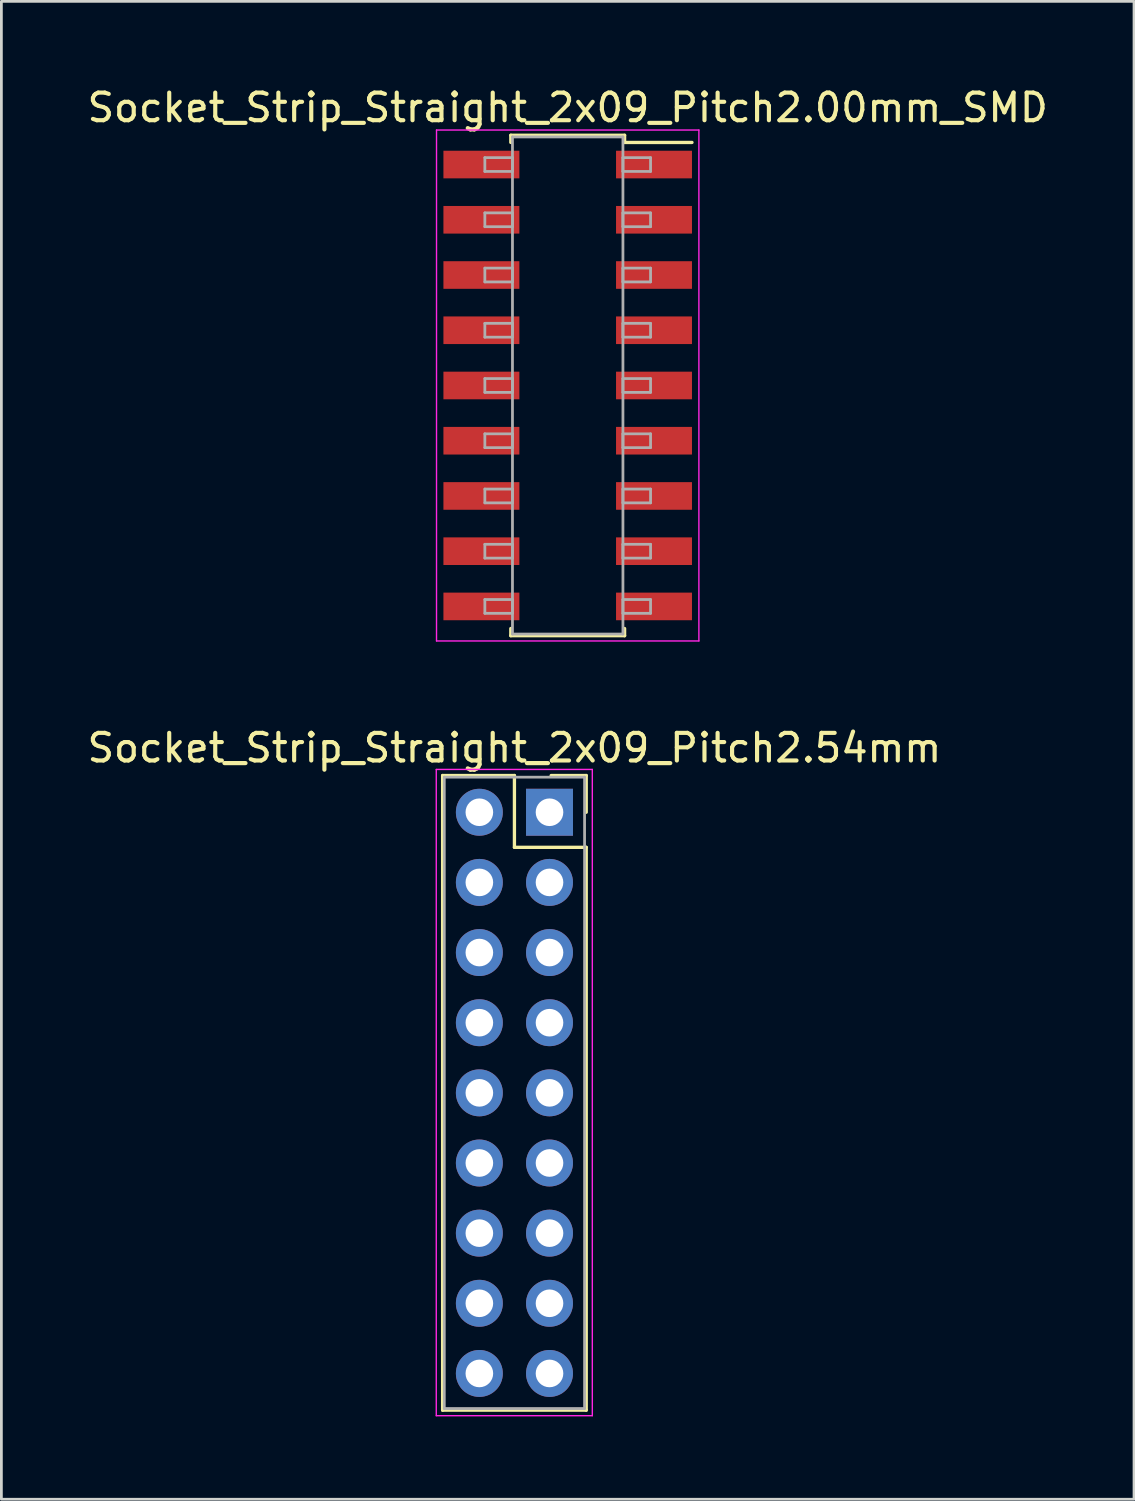
<source format=kicad_pcb>
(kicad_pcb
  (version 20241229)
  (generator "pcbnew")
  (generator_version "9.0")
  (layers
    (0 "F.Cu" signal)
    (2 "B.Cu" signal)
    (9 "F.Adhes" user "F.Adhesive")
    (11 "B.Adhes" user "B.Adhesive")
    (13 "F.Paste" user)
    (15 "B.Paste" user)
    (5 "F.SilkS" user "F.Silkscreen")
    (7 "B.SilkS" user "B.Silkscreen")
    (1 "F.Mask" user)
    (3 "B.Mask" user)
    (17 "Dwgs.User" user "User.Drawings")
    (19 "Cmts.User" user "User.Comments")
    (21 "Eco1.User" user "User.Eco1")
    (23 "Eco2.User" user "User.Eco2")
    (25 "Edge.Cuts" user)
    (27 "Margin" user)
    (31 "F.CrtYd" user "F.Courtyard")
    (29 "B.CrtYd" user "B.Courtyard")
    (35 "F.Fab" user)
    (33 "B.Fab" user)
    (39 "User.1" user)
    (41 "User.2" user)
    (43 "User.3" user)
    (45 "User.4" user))
  (footprint "Socket_Strip_Straight_2x09_Pitch2.54mm"
    (layer "F.Cu")
    (at 16.847 26.361)
    (property "Reference" "Socket_Strip_Straight_2x09_Pitch2.54mm" (at -1.27 -2.33 0) (layer "F.SilkS") (effects (font (size 1 1) (thickness 0.15))))
    (attr through_hole)
    (fp_line (start -3.87 -1.33) (end -1.27 -1.33) (stroke (width 0.12) (type solid)) (layer "F.SilkS"))
    (fp_line (start -3.87 21.65) (end -3.87 -1.33) (stroke (width 0.12) (type solid)) (layer "F.SilkS"))
    (fp_line (start -1.27 -1.33) (end -1.27 1.27) (stroke (width 0.12) (type solid)) (layer "F.SilkS"))
    (fp_line (start -1.27 1.27) (end 1.33 1.27) (stroke (width 0.12) (type solid)) (layer "F.SilkS"))
    (fp_line (start 1.33 -1.33) (end 0.06 -1.33) (stroke (width 0.12) (type solid)) (layer "F.SilkS"))
    (fp_line (start 1.33 0) (end 1.33 -1.33) (stroke (width 0.12) (type solid)) (layer "F.SilkS"))
    (fp_line (start 1.33 1.27) (end 1.33 21.65) (stroke (width 0.12) (type solid)) (layer "F.SilkS"))
    (fp_line (start 1.33 21.65) (end -3.87 21.65) (stroke (width 0.12) (type solid)) (layer "F.SilkS"))
    (fp_line (start -4.1 -1.55) (end -4.1 21.85) (stroke (width 0.05) (type solid)) (layer "F.CrtYd"))
    (fp_line (start -4.1 21.85) (end 1.55 21.85) (stroke (width 0.05) (type solid)) (layer "F.CrtYd"))
    (fp_line (start 1.55 -1.55) (end -4.1 -1.55) (stroke (width 0.05) (type solid)) (layer "F.CrtYd"))
    (fp_line (start 1.55 21.85) (end 1.55 -1.55) (stroke (width 0.05) (type solid)) (layer "F.CrtYd"))
    (fp_line (start -3.81 -1.27) (end -3.81 21.59) (stroke (width 0.1) (type solid)) (layer "F.Fab"))
    (fp_line (start -3.81 21.59) (end 1.27 21.59) (stroke (width 0.1) (type solid)) (layer "F.Fab"))
    (fp_line (start 1.27 -1.27) (end -3.81 -1.27) (stroke (width 0.1) (type solid)) (layer "F.Fab"))
    (fp_line (start 1.27 21.59) (end 1.27 -1.27) (stroke (width 0.1) (type solid)) (layer "F.Fab"))
    (pad "1" thru_hole rect (at 0 0) (size 1.7 1.7) (drill 1) (layers "*.Cu" "*.Mask"))
    (pad "2" thru_hole oval (at -2.54 0) (size 1.7 1.7) (drill 1) (layers "*.Cu" "*.Mask"))
    (pad "3" thru_hole oval (at 0 2.54) (size 1.7 1.7) (drill 1) (layers "*.Cu" "*.Mask"))
    (pad "4" thru_hole oval (at -2.54 2.54) (size 1.7 1.7) (drill 1) (layers "*.Cu" "*.Mask"))
    (pad "5" thru_hole oval (at 0 5.08) (size 1.7 1.7) (drill 1) (layers "*.Cu" "*.Mask"))
    (pad "6" thru_hole oval (at -2.54 5.08) (size 1.7 1.7) (drill 1) (layers "*.Cu" "*.Mask"))
    (pad "7" thru_hole oval (at 0 7.62) (size 1.7 1.7) (drill 1) (layers "*.Cu" "*.Mask"))
    (pad "8" thru_hole oval (at -2.54 7.62) (size 1.7 1.7) (drill 1) (layers "*.Cu" "*.Mask"))
    (pad "9" thru_hole oval (at 0 10.16) (size 1.7 1.7) (drill 1) (layers "*.Cu" "*.Mask"))
    (pad "10" thru_hole oval (at -2.54 10.16) (size 1.7 1.7) (drill 1) (layers "*.Cu" "*.Mask"))
    (pad "11" thru_hole oval (at 0 12.7) (size 1.7 1.7) (drill 1) (layers "*.Cu" "*.Mask"))
    (pad "12" thru_hole oval (at -2.54 12.7) (size 1.7 1.7) (drill 1) (layers "*.Cu" "*.Mask"))
    (pad "13" thru_hole oval (at 0 15.24) (size 1.7 1.7) (drill 1) (layers "*.Cu" "*.Mask"))
    (pad "14" thru_hole oval (at -2.54 15.24) (size 1.7 1.7) (drill 1) (layers "*.Cu" "*.Mask"))
    (pad "15" thru_hole oval (at 0 17.78) (size 1.7 1.7) (drill 1) (layers "*.Cu" "*.Mask"))
    (pad "16" thru_hole oval (at -2.54 17.78) (size 1.7 1.7) (drill 1) (layers "*.Cu" "*.Mask"))
    (pad "17" thru_hole oval (at 0 20.32) (size 1.7 1.7) (drill 1) (layers "*.Cu" "*.Mask"))
    (pad "18" thru_hole oval (at -2.54 20.32) (size 1.7 1.7) (drill 1) (layers "*.Cu" "*.Mask")))
  (footprint "Socket_Strip_Straight_2x09_Pitch2.00mm_SMD"
    (layer "F.Cu")
    (at 17.506 10.908)
    (property "Reference" "Socket_Strip_Straight_2x09_Pitch2.00mm_SMD" (at 0 -10.06 0) (layer "F.SilkS") (effects (font (size 1 1) (thickness 0.15))))
    (attr smd)
    (fp_line (start -2.06 -9.06) (end 2.06 -9.06) (stroke (width 0.12) (type solid)) (layer "F.SilkS"))
    (fp_line (start -2.06 -8.8) (end -2.06 -9.06) (stroke (width 0.12) (type solid)) (layer "F.SilkS"))
    (fp_line (start -2.06 8.8) (end -2.06 9.06) (stroke (width 0.12) (type solid)) (layer "F.SilkS"))
    (fp_line (start -2.06 9.06) (end 2.06 9.06) (stroke (width 0.12) (type solid)) (layer "F.SilkS"))
    (fp_line (start 2.06 -9.06) (end 2.06 -8.8) (stroke (width 0.12) (type solid)) (layer "F.SilkS"))
    (fp_line (start 2.06 9.06) (end 2.06 8.8) (stroke (width 0.12) (type solid)) (layer "F.SilkS"))
    (fp_line (start 4.5 -8.8) (end 2.06 -8.8) (stroke (width 0.12) (type solid)) (layer "F.SilkS"))
    (fp_line (start -4.75 -9.25) (end -4.75 9.25) (stroke (width 0.05) (type solid)) (layer "F.CrtYd"))
    (fp_line (start -4.75 9.25) (end 4.75 9.25) (stroke (width 0.05) (type solid)) (layer "F.CrtYd"))
    (fp_line (start 4.75 -9.25) (end -4.75 -9.25) (stroke (width 0.05) (type solid)) (layer "F.CrtYd"))
    (fp_line (start 4.75 9.25) (end 4.75 -9.25) (stroke (width 0.05) (type solid)) (layer "F.CrtYd"))
    (fp_line (start -3 -8.25) (end -2 -8.25) (stroke (width 0.1) (type solid)) (layer "F.Fab"))
    (fp_line (start -3 -7.75) (end -3 -8.25) (stroke (width 0.1) (type solid)) (layer "F.Fab"))
    (fp_line (start -3 -6.25) (end -2 -6.25) (stroke (width 0.1) (type solid)) (layer "F.Fab"))
    (fp_line (start -3 -5.75) (end -3 -6.25) (stroke (width 0.1) (type solid)) (layer "F.Fab"))
    (fp_line (start -3 -4.25) (end -2 -4.25) (stroke (width 0.1) (type solid)) (layer "F.Fab"))
    (fp_line (start -3 -3.75) (end -3 -4.25) (stroke (width 0.1) (type solid)) (layer "F.Fab"))
    (fp_line (start -3 -2.25) (end -2 -2.25) (stroke (width 0.1) (type solid)) (layer "F.Fab"))
    (fp_line (start -3 -1.75) (end -3 -2.25) (stroke (width 0.1) (type solid)) (layer "F.Fab"))
    (fp_line (start -3 -0.25) (end -2 -0.25) (stroke (width 0.1) (type solid)) (layer "F.Fab"))
    (fp_line (start -3 0.25) (end -3 -0.25) (stroke (width 0.1) (type solid)) (layer "F.Fab"))
    (fp_line (start -3 1.75) (end -2 1.75) (stroke (width 0.1) (type solid)) (layer "F.Fab"))
    (fp_line (start -3 2.25) (end -3 1.75) (stroke (width 0.1) (type solid)) (layer "F.Fab"))
    (fp_line (start -3 3.75) (end -2 3.75) (stroke (width 0.1) (type solid)) (layer "F.Fab"))
    (fp_line (start -3 4.25) (end -3 3.75) (stroke (width 0.1) (type solid)) (layer "F.Fab"))
    (fp_line (start -3 5.75) (end -2 5.75) (stroke (width 0.1) (type solid)) (layer "F.Fab"))
    (fp_line (start -3 6.25) (end -3 5.75) (stroke (width 0.1) (type solid)) (layer "F.Fab"))
    (fp_line (start -3 7.75) (end -2 7.75) (stroke (width 0.1) (type solid)) (layer "F.Fab"))
    (fp_line (start -3 8.25) (end -3 7.75) (stroke (width 0.1) (type solid)) (layer "F.Fab"))
    (fp_line (start -2 -9) (end -2 9) (stroke (width 0.1) (type solid)) (layer "F.Fab"))
    (fp_line (start -2 -8.25) (end -2 -7.75) (stroke (width 0.1) (type solid)) (layer "F.Fab"))
    (fp_line (start -2 -7.75) (end -3 -7.75) (stroke (width 0.1) (type solid)) (layer "F.Fab"))
    (fp_line (start -2 -6.25) (end -2 -5.75) (stroke (width 0.1) (type solid)) (layer "F.Fab"))
    (fp_line (start -2 -5.75) (end -3 -5.75) (stroke (width 0.1) (type solid)) (layer "F.Fab"))
    (fp_line (start -2 -4.25) (end -2 -3.75) (stroke (width 0.1) (type solid)) (layer "F.Fab"))
    (fp_line (start -2 -3.75) (end -3 -3.75) (stroke (width 0.1) (type solid)) (layer "F.Fab"))
    (fp_line (start -2 -2.25) (end -2 -1.75) (stroke (width 0.1) (type solid)) (layer "F.Fab"))
    (fp_line (start -2 -1.75) (end -3 -1.75) (stroke (width 0.1) (type solid)) (layer "F.Fab"))
    (fp_line (start -2 -0.25) (end -2 0.25) (stroke (width 0.1) (type solid)) (layer "F.Fab"))
    (fp_line (start -2 0.25) (end -3 0.25) (stroke (width 0.1) (type solid)) (layer "F.Fab"))
    (fp_line (start -2 1.75) (end -2 2.25) (stroke (width 0.1) (type solid)) (layer "F.Fab"))
    (fp_line (start -2 2.25) (end -3 2.25) (stroke (width 0.1) (type solid)) (layer "F.Fab"))
    (fp_line (start -2 3.75) (end -2 4.25) (stroke (width 0.1) (type solid)) (layer "F.Fab"))
    (fp_line (start -2 4.25) (end -3 4.25) (stroke (width 0.1) (type solid)) (layer "F.Fab"))
    (fp_line (start -2 5.75) (end -2 6.25) (stroke (width 0.1) (type solid)) (layer "F.Fab"))
    (fp_line (start -2 6.25) (end -3 6.25) (stroke (width 0.1) (type solid)) (layer "F.Fab"))
    (fp_line (start -2 7.75) (end -2 8.25) (stroke (width 0.1) (type solid)) (layer "F.Fab"))
    (fp_line (start -2 8.25) (end -3 8.25) (stroke (width 0.1) (type solid)) (layer "F.Fab"))
    (fp_line (start -2 9) (end 2 9) (stroke (width 0.1) (type solid)) (layer "F.Fab"))
    (fp_line (start 2 -9) (end -2 -9) (stroke (width 0.1) (type solid)) (layer "F.Fab"))
    (fp_line (start 2 -8.25) (end 2 -7.75) (stroke (width 0.1) (type solid)) (layer "F.Fab"))
    (fp_line (start 2 -7.75) (end 3 -7.75) (stroke (width 0.1) (type solid)) (layer "F.Fab"))
    (fp_line (start 2 -6.25) (end 2 -5.75) (stroke (width 0.1) (type solid)) (layer "F.Fab"))
    (fp_line (start 2 -5.75) (end 3 -5.75) (stroke (width 0.1) (type solid)) (layer "F.Fab"))
    (fp_line (start 2 -4.25) (end 2 -3.75) (stroke (width 0.1) (type solid)) (layer "F.Fab"))
    (fp_line (start 2 -3.75) (end 3 -3.75) (stroke (width 0.1) (type solid)) (layer "F.Fab"))
    (fp_line (start 2 -2.25) (end 2 -1.75) (stroke (width 0.1) (type solid)) (layer "F.Fab"))
    (fp_line (start 2 -1.75) (end 3 -1.75) (stroke (width 0.1) (type solid)) (layer "F.Fab"))
    (fp_line (start 2 -0.25) (end 2 0.25) (stroke (width 0.1) (type solid)) (layer "F.Fab"))
    (fp_line (start 2 0.25) (end 3 0.25) (stroke (width 0.1) (type solid)) (layer "F.Fab"))
    (fp_line (start 2 1.75) (end 2 2.25) (stroke (width 0.1) (type solid)) (layer "F.Fab"))
    (fp_line (start 2 2.25) (end 3 2.25) (stroke (width 0.1) (type solid)) (layer "F.Fab"))
    (fp_line (start 2 3.75) (end 2 4.25) (stroke (width 0.1) (type solid)) (layer "F.Fab"))
    (fp_line (start 2 4.25) (end 3 4.25) (stroke (width 0.1) (type solid)) (layer "F.Fab"))
    (fp_line (start 2 5.75) (end 2 6.25) (stroke (width 0.1) (type solid)) (layer "F.Fab"))
    (fp_line (start 2 6.25) (end 3 6.25) (stroke (width 0.1) (type solid)) (layer "F.Fab"))
    (fp_line (start 2 7.75) (end 2 8.25) (stroke (width 0.1) (type solid)) (layer "F.Fab"))
    (fp_line (start 2 8.25) (end 3 8.25) (stroke (width 0.1) (type solid)) (layer "F.Fab"))
    (fp_line (start 2 9) (end 2 -9) (stroke (width 0.1) (type solid)) (layer "F.Fab"))
    (fp_line (start 3 -8.25) (end 2 -8.25) (stroke (width 0.1) (type solid)) (layer "F.Fab"))
    (fp_line (start 3 -7.75) (end 3 -8.25) (stroke (width 0.1) (type solid)) (layer "F.Fab"))
    (fp_line (start 3 -6.25) (end 2 -6.25) (stroke (width 0.1) (type solid)) (layer "F.Fab"))
    (fp_line (start 3 -5.75) (end 3 -6.25) (stroke (width 0.1) (type solid)) (layer "F.Fab"))
    (fp_line (start 3 -4.25) (end 2 -4.25) (stroke (width 0.1) (type solid)) (layer "F.Fab"))
    (fp_line (start 3 -3.75) (end 3 -4.25) (stroke (width 0.1) (type solid)) (layer "F.Fab"))
    (fp_line (start 3 -2.25) (end 2 -2.25) (stroke (width 0.1) (type solid)) (layer "F.Fab"))
    (fp_line (start 3 -1.75) (end 3 -2.25) (stroke (width 0.1) (type solid)) (layer "F.Fab"))
    (fp_line (start 3 -0.25) (end 2 -0.25) (stroke (width 0.1) (type solid)) (layer "F.Fab"))
    (fp_line (start 3 0.25) (end 3 -0.25) (stroke (width 0.1) (type solid)) (layer "F.Fab"))
    (fp_line (start 3 1.75) (end 2 1.75) (stroke (width 0.1) (type solid)) (layer "F.Fab"))
    (fp_line (start 3 2.25) (end 3 1.75) (stroke (width 0.1) (type solid)) (layer "F.Fab"))
    (fp_line (start 3 3.75) (end 2 3.75) (stroke (width 0.1) (type solid)) (layer "F.Fab"))
    (fp_line (start 3 4.25) (end 3 3.75) (stroke (width 0.1) (type solid)) (layer "F.Fab"))
    (fp_line (start 3 5.75) (end 2 5.75) (stroke (width 0.1) (type solid)) (layer "F.Fab"))
    (fp_line (start 3 6.25) (end 3 5.75) (stroke (width 0.1) (type solid)) (layer "F.Fab"))
    (fp_line (start 3 7.75) (end 2 7.75) (stroke (width 0.1) (type solid)) (layer "F.Fab"))
    (fp_line (start 3 8.25) (end 3 7.75) (stroke (width 0.1) (type solid)) (layer "F.Fab"))
    (pad "1" smd rect (at 3.125 -8) (size 2.75 1) (layers "F.Cu" "F.Mask"))
    (pad "2" smd rect (at -3.125 -8) (size 2.75 1) (layers "F.Cu" "F.Mask"))
    (pad "3" smd rect (at 3.125 -6) (size 2.75 1) (layers "F.Cu" "F.Mask"))
    (pad "4" smd rect (at -3.125 -6) (size 2.75 1) (layers "F.Cu" "F.Mask"))
    (pad "5" smd rect (at 3.125 -4) (size 2.75 1) (layers "F.Cu" "F.Mask"))
    (pad "6" smd rect (at -3.125 -4) (size 2.75 1) (layers "F.Cu" "F.Mask"))
    (pad "7" smd rect (at 3.125 -2) (size 2.75 1) (layers "F.Cu" "F.Mask"))
    (pad "8" smd rect (at -3.125 -2) (size 2.75 1) (layers "F.Cu" "F.Mask"))
    (pad "9" smd rect (at 3.125 0) (size 2.75 1) (layers "F.Cu" "F.Mask"))
    (pad "10" smd rect (at -3.125 0) (size 2.75 1) (layers "F.Cu" "F.Mask"))
    (pad "11" smd rect (at 3.125 2) (size 2.75 1) (layers "F.Cu" "F.Mask"))
    (pad "12" smd rect (at -3.125 2) (size 2.75 1) (layers "F.Cu" "F.Mask"))
    (pad "13" smd rect (at 3.125 4) (size 2.75 1) (layers "F.Cu" "F.Mask"))
    (pad "14" smd rect (at -3.125 4) (size 2.75 1) (layers "F.Cu" "F.Mask"))
    (pad "15" smd rect (at 3.125 6) (size 2.75 1) (layers "F.Cu" "F.Mask"))
    (pad "16" smd rect (at -3.125 6) (size 2.75 1) (layers "F.Cu" "F.Mask"))
    (pad "17" smd rect (at 3.125 8) (size 2.75 1) (layers "F.Cu" "F.Mask"))
    (pad "18" smd rect (at -3.125 8) (size 2.75 1) (layers "F.Cu" "F.Mask")))
  (gr_rect
    (start -3 -3)
    (end 38.012 51.236)
    (stroke (width 0.1) (type default))
    (fill no)
    (layer "Edge.Cuts")))
</source>
